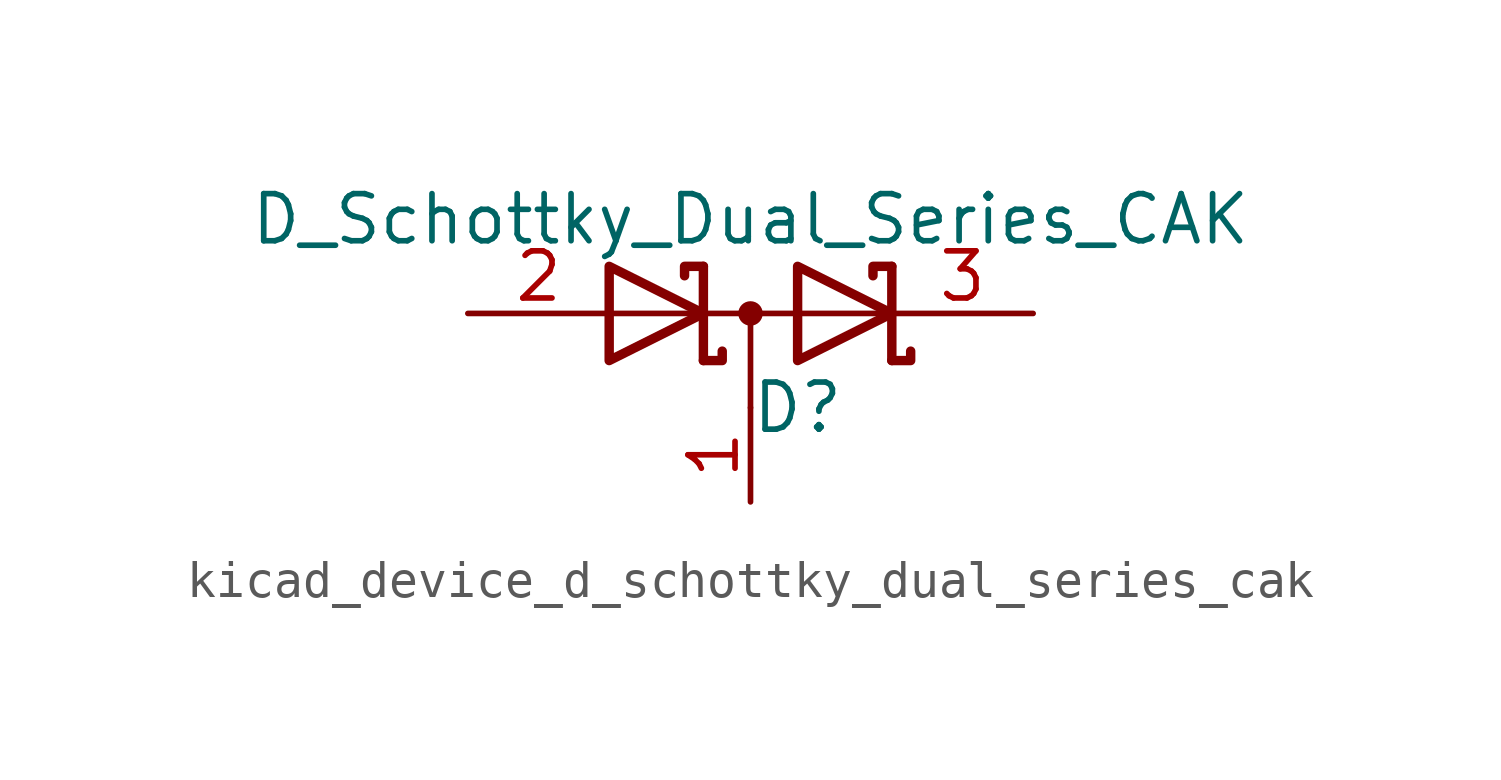
<source format=kicad_sym>
(kicad_symbol_lib
  (version 20220914)
  (generator kicad_symbol_editor)
  (symbol "kicad_device_d_schottky_dual_series_cak"
    (pin_names
      (offset 0.762) hide)
    (property "Reference" "D"
      (at 1.27 -2.54 0)
      (effects (font (size 1.27 1.27))))
    (property "Value" "D_Schottky_Dual_Series_CAK"
      (at 0 2.54 0)
      (effects (font (size 1.27 1.27))))
    (symbol "kicad_device_d_schottky_dual_series_cak_0_1"
      (polyline (pts (xy -3.81 0) (xy 3.81 0)) (stroke (width 0) (type default)) (fill (type none)))
      (polyline (pts (xy 0 0) (xy 0 -2.54)) (stroke (width 0) (type default)) (fill (type none)))
      (polyline (pts (xy -1.27 -1.27) (xy -1.27 1.27) (xy -1.27 1.27)) (stroke (width 0.254) (type default)) (fill (type none)))
      (polyline (pts (xy 3.81 1.27) (xy 3.81 -1.27) (xy 3.81 -1.27)) (stroke (width 0.254) (type default)) (fill (type none)))
      (polyline (pts (xy -1.27 -1.27) (xy -0.762 -1.27) (xy -0.762 -1.016) (xy -0.762 -1.016)) (stroke (width 0.254) (type default)) (fill (type none)))
      (polyline (pts (xy 3.81 -1.27) (xy 4.318 -1.27) (xy 4.318 -1.016) (xy 4.318 -1.016)) (stroke (width 0.254) (type default)) (fill (type none)))
      (polyline (pts (xy 3.81 1.27) (xy 3.302 1.27) (xy 3.302 1.016) (xy 3.302 1.016)) (stroke (width 0.254) (type default)) (fill (type none)))
      (polyline (pts (xy -1.778 1.016) (xy -1.778 1.27) (xy -1.27 1.27) (xy -1.27 1.27) (xy -1.27 1.27)) (stroke (width 0.254) (type default)) (fill (type none)))
      (polyline (pts (xy -3.81 1.27) (xy -1.27 0) (xy -3.81 -1.27) (xy -3.81 1.27) (xy -3.81 1.27) (xy -3.81 1.27)) (stroke (width 0.254) (type default)) (fill (type none)))
      (polyline (pts (xy 1.27 1.27) (xy 3.81 0) (xy 1.27 -1.27) (xy 1.27 1.27) (xy 1.27 1.27) (xy 1.27 1.27)) (stroke (width 0.254) (type default)) (fill (type none)))
      (circle (center 0 0) (radius 0.254) (stroke (width 0) (type default)) (fill (type outline)))
      (pin passive line (at 0 -5.08 90) (length 2.54) (name "common" (effects (font (size 1.27 1.27)))) (number "1" (effects (font (size 1.27 1.27)))))
      (pin passive line (at -7.62 0 0) (length 3.81) (name "A" (effects (font (size 1.27 1.27)))) (number "2" (effects (font (size 1.27 1.27)))))
      (pin passive line (at 7.62 0 180) (length 3.81) (name "K" (effects (font (size 1.27 1.27)))) (number "3" (effects (font (size 1.27 1.27))))))))
</source>
